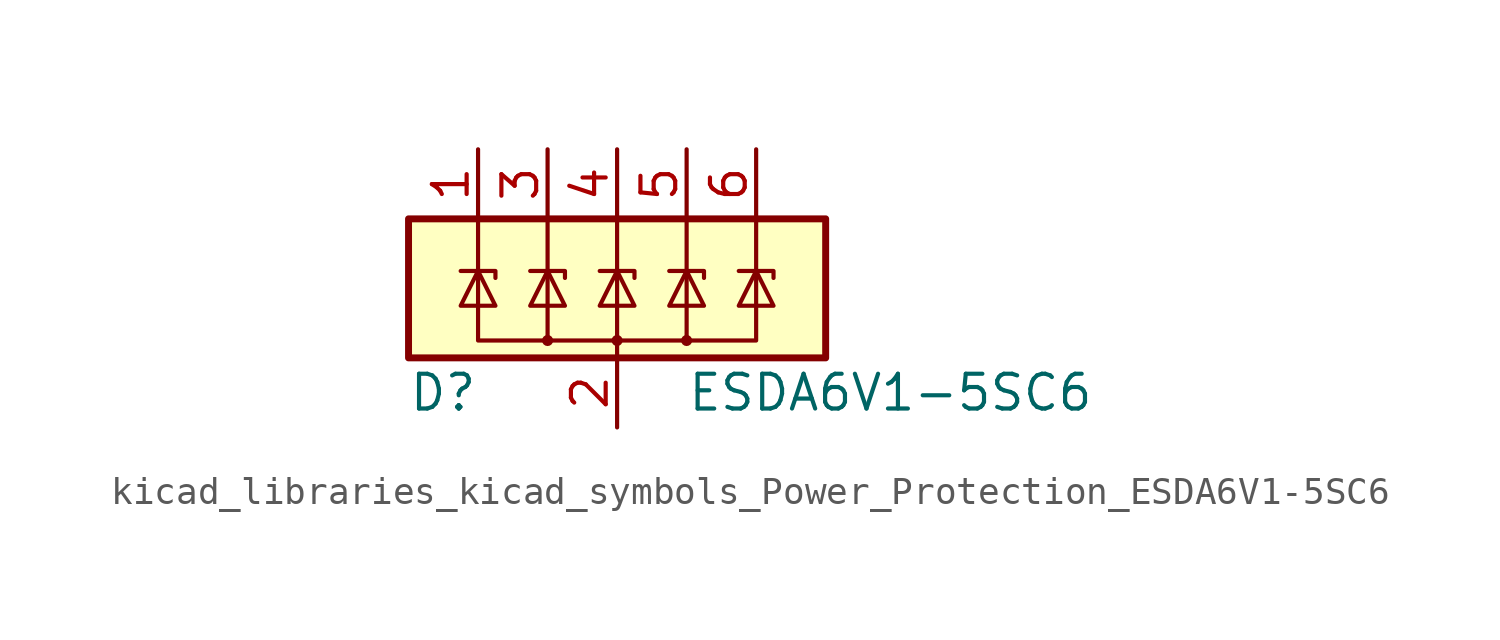
<source format=kicad_sym>
(kicad_symbol_lib
  (version 20220914)
  (generator kicad_symbol_editor)
  (symbol "kicad_libraries_kicad_symbols_Power_Protection_ESDA6V1-5SC6"
    (pin_names hide)
    (property "Reference" "D"
      (at -5.08 -3.81 0)
      (effects (font (size 1.27 1.27)) (justify right)))
    (property "Value" "ESDA6V1-5SC6"
      (at 2.54 -3.81 0)
      (effects (font (size 1.27 1.27)) (justify left)))
    (symbol "kicad_libraries_kicad_symbols_Power_Protection_ESDA6V1-5SC6_0_0"
      (pin passive line (at 0 -5.08 90) (length 2.54) (name "GND" (effects (font (size 1.27 1.27)))) (number "2" (effects (font (size 1.27 1.27))))))
    (symbol "kicad_libraries_kicad_symbols_Power_Protection_ESDA6V1-5SC6_0_1"
      (rectangle (start -7.62 2.54) (end 7.62 -2.54) (stroke (width 0.254) (type default)) (fill (type background)))
      (circle (center -2.54 -1.905) (radius 0.127) (stroke (width 0) (type default)) (fill (type none)))
      (circle (center 0 -1.905) (radius 0.127) (stroke (width 0) (type default)) (fill (type none)))
      (polyline (pts (xy -2.54 2.54) (xy -2.54 -1.905)) (stroke (width 0) (type default)) (fill (type none)))
      (polyline (pts (xy 0 2.54) (xy 0 -2.54)) (stroke (width 0) (type default)) (fill (type none)))
      (polyline (pts (xy 2.54 2.54) (xy 2.54 -1.905)) (stroke (width 0) (type default)) (fill (type none)))
      (polyline (pts (xy -5.715 0.635) (xy -4.445 0.635) (xy -4.445 0.381)) (stroke (width 0) (type default)) (fill (type none)))
      (polyline (pts (xy -3.175 0.635) (xy -1.905 0.635) (xy -1.905 0.381)) (stroke (width 0) (type default)) (fill (type none)))
      (polyline (pts (xy -0.635 0.635) (xy 0.635 0.635) (xy 0.635 0.381)) (stroke (width 0) (type default)) (fill (type none)))
      (polyline (pts (xy 1.905 0.635) (xy 3.175 0.635) (xy 3.175 0.381)) (stroke (width 0) (type default)) (fill (type none)))
      (polyline (pts (xy 4.445 0.635) (xy 5.715 0.635) (xy 5.715 0.381)) (stroke (width 0) (type default)) (fill (type none)))
      (polyline (pts (xy -5.715 -0.635) (xy -4.445 -0.635) (xy -5.08 0.635) (xy -5.715 -0.635)) (stroke (width 0) (type default)) (fill (type none)))
      (polyline (pts (xy -5.08 2.54) (xy -5.08 -1.905) (xy 5.08 -1.905) (xy 5.08 2.54)) (stroke (width 0) (type default)) (fill (type none)))
      (polyline (pts (xy -3.175 -0.635) (xy -1.905 -0.635) (xy -2.54 0.635) (xy -3.175 -0.635)) (stroke (width 0) (type default)) (fill (type none)))
      (polyline (pts (xy -0.635 -0.635) (xy 0.635 -0.635) (xy 0 0.635) (xy -0.635 -0.635)) (stroke (width 0) (type default)) (fill (type none)))
      (polyline (pts (xy 1.905 -0.635) (xy 3.175 -0.635) (xy 2.54 0.635) (xy 1.905 -0.635)) (stroke (width 0) (type default)) (fill (type none)))
      (polyline (pts (xy 4.445 -0.635) (xy 5.715 -0.635) (xy 5.08 0.635) (xy 4.445 -0.635)) (stroke (width 0) (type default)) (fill (type none)))
      (circle (center 2.54 -1.905) (radius 0.127) (stroke (width 0) (type default)) (fill (type none))))
    (symbol "kicad_libraries_kicad_symbols_Power_Protection_ESDA6V1-5SC6_1_1"
      (pin passive line (at -5.08 5.08 270) (length 2.54) (name "IO1" (effects (font (size 1.27 1.27)))) (number "1" (effects (font (size 1.27 1.27)))))
      (pin passive line (at -2.54 5.08 270) (length 2.54) (name "IO2" (effects (font (size 1.27 1.27)))) (number "3" (effects (font (size 1.27 1.27)))))
      (pin passive line (at 0 5.08 270) (length 2.54) (name "IO3" (effects (font (size 1.27 1.27)))) (number "4" (effects (font (size 1.27 1.27)))))
      (pin passive line (at 2.54 5.08 270) (length 2.54) (name "IO4" (effects (font (size 1.27 1.27)))) (number "5" (effects (font (size 1.27 1.27)))))
      (pin passive line (at 5.08 5.08 270) (length 2.54) (name "IO5" (effects (font (size 1.27 1.27)))) (number "6" (effects (font (size 1.27 1.27))))))))
</source>
